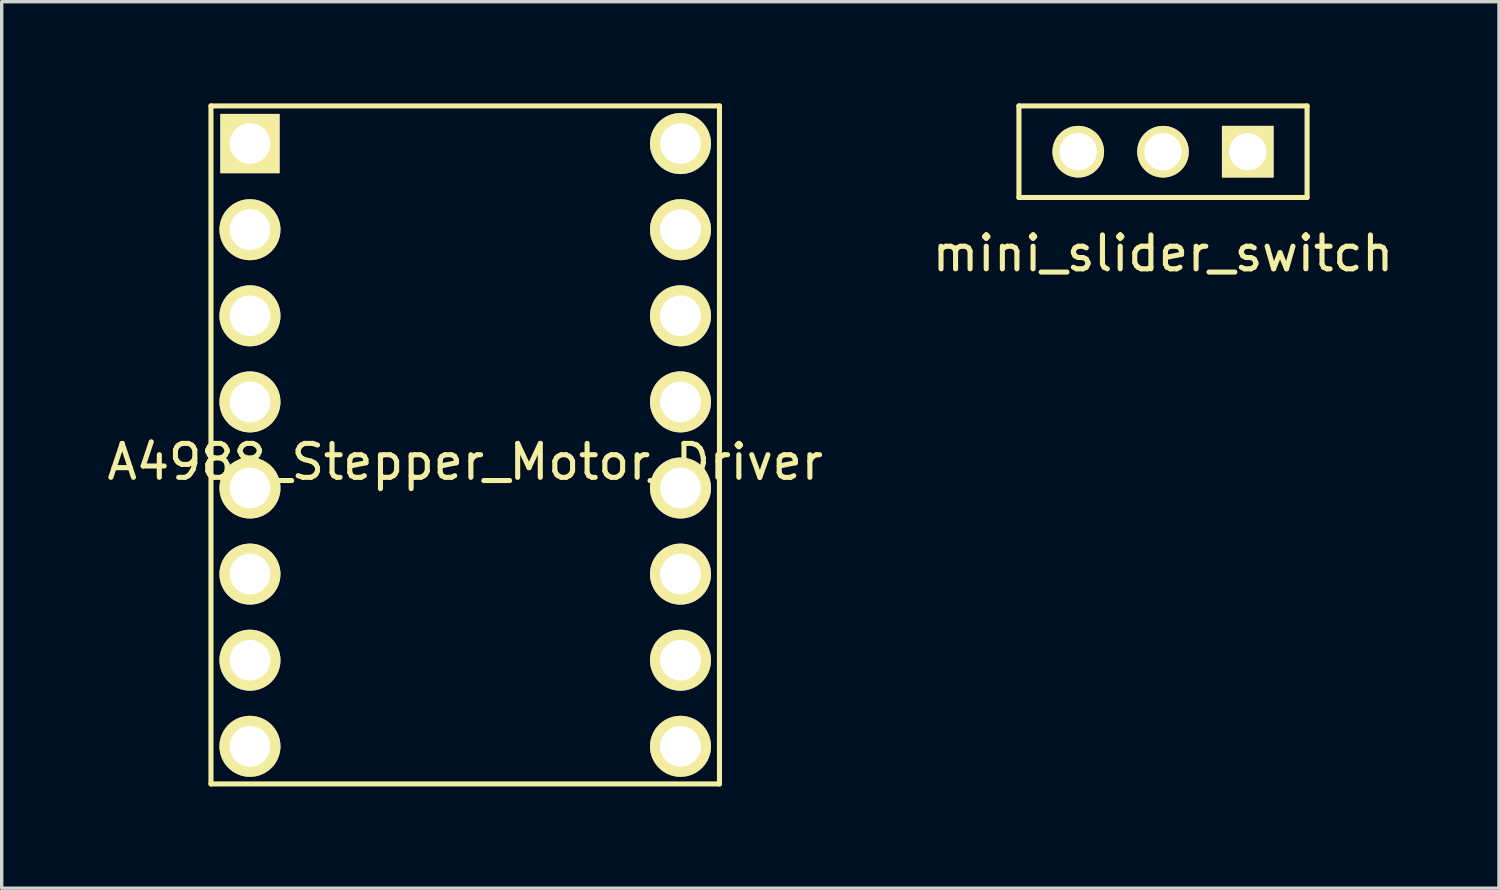
<source format=kicad_pcb>
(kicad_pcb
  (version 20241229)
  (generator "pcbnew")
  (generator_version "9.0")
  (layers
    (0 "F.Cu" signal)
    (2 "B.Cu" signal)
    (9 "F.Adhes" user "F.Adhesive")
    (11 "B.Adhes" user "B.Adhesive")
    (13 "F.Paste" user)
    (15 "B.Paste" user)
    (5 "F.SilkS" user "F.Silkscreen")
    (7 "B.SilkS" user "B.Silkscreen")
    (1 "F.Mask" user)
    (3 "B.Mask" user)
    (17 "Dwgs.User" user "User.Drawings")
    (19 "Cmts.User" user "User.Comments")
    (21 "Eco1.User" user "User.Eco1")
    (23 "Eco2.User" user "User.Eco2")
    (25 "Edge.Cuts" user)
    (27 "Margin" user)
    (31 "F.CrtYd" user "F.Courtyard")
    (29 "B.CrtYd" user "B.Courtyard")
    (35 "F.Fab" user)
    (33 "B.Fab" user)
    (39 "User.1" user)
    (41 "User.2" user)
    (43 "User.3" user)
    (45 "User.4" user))
  (footprint "mini_slider_switch"
    (layer "F.Cu")
    (at 31.256 1.425)
    (property "Reference" "mini_slider_switch" (at 0 3 0) (layer "F.SilkS") (effects (font (size 1 1) (thickness 0.15))))
    (attr through_hole)
    (fp_line (start -4.25 -1.35) (end -4.25 1.35) (stroke (width 0.15) (type solid)) (layer "F.SilkS"))
    (fp_line (start -4.25 1.35) (end 4.25 1.35) (stroke (width 0.15) (type solid)) (layer "F.SilkS"))
    (fp_line (start 4.25 -1.35) (end -4.25 -1.35) (stroke (width 0.15) (type solid)) (layer "F.SilkS"))
    (fp_line (start 4.25 1.35) (end 4.25 -1.35) (stroke (width 0.15) (type solid)) (layer "F.SilkS"))
    (pad "1" thru_hole rect (at 2.5 0) (size 1.524 1.524) (drill 1.1) (layers "*.Cu" "*.Mask" "F.SilkS"))
    (pad "2" thru_hole circle (at 0 0) (size 1.524 1.524) (drill 1.1) (layers "*.Cu" "*.Mask" "F.SilkS"))
    (pad "3" thru_hole circle (at -2.5 0) (size 1.524 1.524) (drill 1.1) (layers "*.Cu" "*.Mask" "F.SilkS")))
  (footprint "A4988_Stepper_Motor_Driver"
    (layer "F.Cu")
    (at 10.673 10.075)
    (property "Reference" "A4988_Stepper_Motor_Driver" (at 0 0.5 0) (layer "F.SilkS") (effects (font (size 1 1) (thickness 0.15))))
    (attr through_hole)
    (fp_line (start -7.5 -10) (end -7.5 10) (stroke (width 0.15) (type solid)) (layer "F.SilkS"))
    (fp_line (start -7.5 10) (end 7.5 10) (stroke (width 0.15) (type solid)) (layer "F.SilkS"))
    (fp_line (start 7.5 -10) (end -7.5 -10) (stroke (width 0.15) (type solid)) (layer "F.SilkS"))
    (fp_line (start 7.5 10) (end 7.5 -10) (stroke (width 0.15) (type solid)) (layer "F.SilkS"))
    (pad "1" thru_hole rect (at -6.35 -8.89) (size 1.75 1.75) (drill 1.2) (layers "*.Cu" "*.Mask" "F.SilkS"))
    (pad "2" thru_hole circle (at 6.35 -8.89) (size 1.8 1.8) (drill 1.2) (layers "*.Cu" "*.Mask" "F.SilkS"))
    (pad "3" thru_hole circle (at -6.35 -6.35) (size 1.8 1.8) (drill 1.2) (layers "*.Cu" "*.Mask" "F.SilkS"))
    (pad "4" thru_hole circle (at 6.35 -6.35) (size 1.8 1.8) (drill 1.2) (layers "*.Cu" "*.Mask" "F.SilkS"))
    (pad "5" thru_hole circle (at -6.35 -3.81) (size 1.8 1.8) (drill 1.2) (layers "*.Cu" "*.Mask" "F.SilkS"))
    (pad "6" thru_hole circle (at 6.35 -3.81) (size 1.8 1.8) (drill 1.2) (layers "*.Cu" "*.Mask" "F.SilkS"))
    (pad "7" thru_hole circle (at -6.35 -1.27) (size 1.8 1.8) (drill 1.2) (layers "*.Cu" "*.Mask" "F.SilkS"))
    (pad "8" thru_hole circle (at 6.35 -1.27) (size 1.8 1.8) (drill 1.2) (layers "*.Cu" "*.Mask" "F.SilkS"))
    (pad "9" thru_hole circle (at -6.35 1.27) (size 1.8 1.8) (drill 1.2) (layers "*.Cu" "*.Mask" "F.SilkS"))
    (pad "10" thru_hole circle (at 6.35 1.27) (size 1.8 1.8) (drill 1.2) (layers "*.Cu" "*.Mask" "F.SilkS"))
    (pad "11" thru_hole circle (at -6.35 3.81) (size 1.8 1.8) (drill 1.2) (layers "*.Cu" "*.Mask" "F.SilkS"))
    (pad "12" thru_hole circle (at 6.35 3.81) (size 1.8 1.8) (drill 1.2) (layers "*.Cu" "*.Mask" "F.SilkS"))
    (pad "13" thru_hole circle (at -6.35 6.35) (size 1.8 1.8) (drill 1.2) (layers "*.Cu" "*.Mask" "F.SilkS"))
    (pad "14" thru_hole circle (at 6.35 6.35) (size 1.8 1.8) (drill 1.2) (layers "*.Cu" "*.Mask" "F.SilkS"))
    (pad "15" thru_hole circle (at -6.35 8.89) (size 1.8 1.8) (drill 1.2) (layers "*.Cu" "*.Mask" "F.SilkS"))
    (pad "16" thru_hole circle (at 6.35 8.89) (size 1.8 1.8) (drill 1.2) (layers "*.Cu" "*.Mask" "F.SilkS")))
  (gr_rect
    (start -3 -3)
    (end 41.167 23.15)
    (stroke (width 0.1) (type default))
    (fill no)
    (layer "Edge.Cuts")))
</source>
